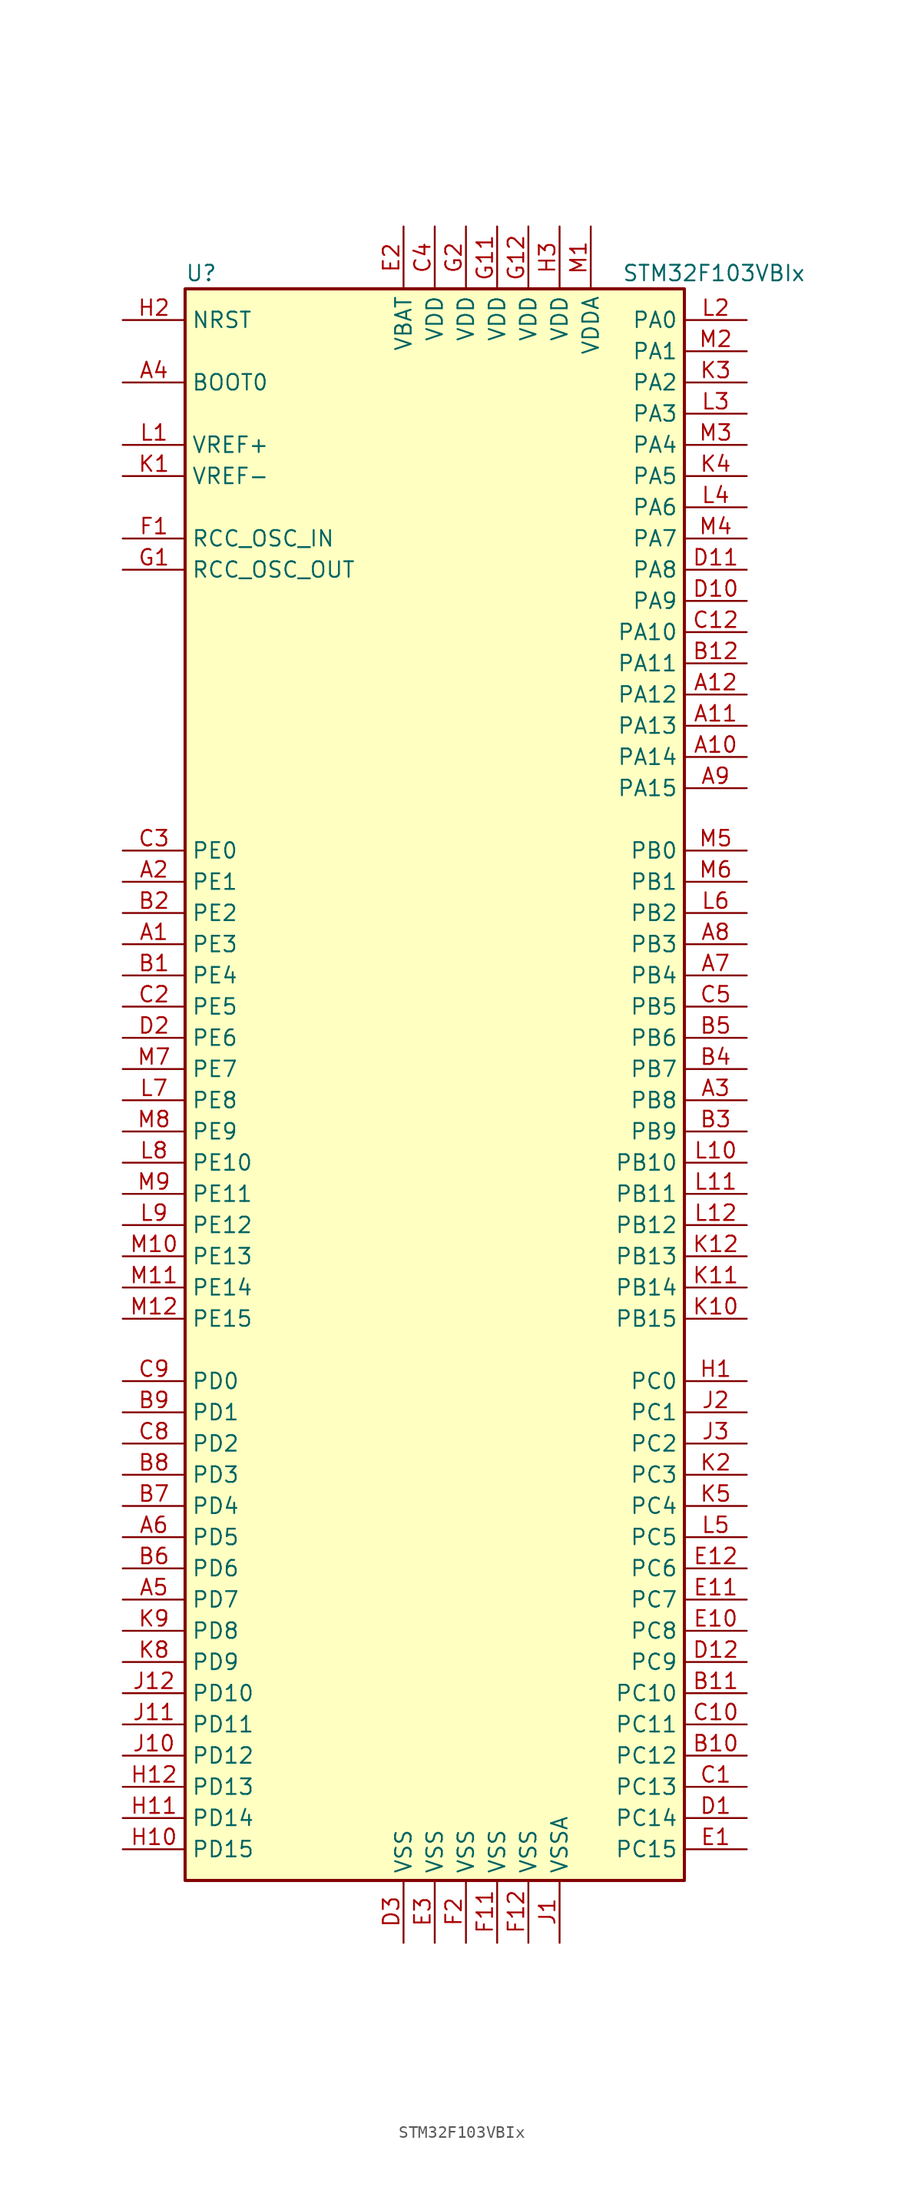
<source format=kicad_sym>
(kicad_symbol_lib
  (version 20201005)
  (generator kicad_symbol_editor)
  (symbol "MCU_ST_STM32F1:STM32F103VBIx"
    (property "Reference" "U"
      (at -20.32 64.77 0)
      (effects (font (size 1.27 1.27)) (justify left)))
    (property "Value" "STM32F103VBIx"
      (at 15.24 64.77 0)
      (effects (font (size 1.27 1.27)) (justify left)))
    (symbol "STM32F103VBIx_0_1"
      (rectangle (start -20.32 -66.04) (end 20.32 63.5) (stroke (width 0.254)) (fill (type background))))
    (symbol "STM32F103VBIx_1_1"
      (pin input line (at -25.4 55.88 0) (length 5.08) (name "BOOT0" (effects (font (size 1.27 1.27)))) (number "A4" (effects (font (size 1.27 1.27)))))
      (pin no_connect line (at -20.32 -63.5 0) (length 5.08) hide (name "NC" (effects (font (size 1.27 1.27)))) (number "C11" (effects (font (size 1.27 1.27)))))
      (pin input line (at -25.4 60.96 0) (length 5.08) (name "NRST" (effects (font (size 1.27 1.27)))) (number "H2" (effects (font (size 1.27 1.27)))))
      (pin bidirectional line (at 25.4 60.96 180) (length 5.08) (name "PA0" (effects (font (size 1.27 1.27)))) (number "L2" (effects (font (size 1.27 1.27)))))
      (pin bidirectional line (at 25.4 58.42 180) (length 5.08) (name "PA1" (effects (font (size 1.27 1.27)))) (number "M2" (effects (font (size 1.27 1.27)))))
      (pin bidirectional line (at 25.4 35.56 180) (length 5.08) (name "PA10" (effects (font (size 1.27 1.27)))) (number "C12" (effects (font (size 1.27 1.27)))))
      (pin bidirectional line (at 25.4 33.02 180) (length 5.08) (name "PA11" (effects (font (size 1.27 1.27)))) (number "B12" (effects (font (size 1.27 1.27)))))
      (pin bidirectional line (at 25.4 30.48 180) (length 5.08) (name "PA12" (effects (font (size 1.27 1.27)))) (number "A12" (effects (font (size 1.27 1.27)))))
      (pin bidirectional line (at 25.4 27.94 180) (length 5.08) (name "PA13" (effects (font (size 1.27 1.27)))) (number "A11" (effects (font (size 1.27 1.27)))))
      (pin bidirectional line (at 25.4 25.4 180) (length 5.08) (name "PA14" (effects (font (size 1.27 1.27)))) (number "A10" (effects (font (size 1.27 1.27)))))
      (pin bidirectional line (at 25.4 22.86 180) (length 5.08) (name "PA15" (effects (font (size 1.27 1.27)))) (number "A9" (effects (font (size 1.27 1.27)))))
      (pin bidirectional line (at 25.4 55.88 180) (length 5.08) (name "PA2" (effects (font (size 1.27 1.27)))) (number "K3" (effects (font (size 1.27 1.27)))))
      (pin bidirectional line (at 25.4 53.34 180) (length 5.08) (name "PA3" (effects (font (size 1.27 1.27)))) (number "L3" (effects (font (size 1.27 1.27)))))
      (pin bidirectional line (at 25.4 50.8 180) (length 5.08) (name "PA4" (effects (font (size 1.27 1.27)))) (number "M3" (effects (font (size 1.27 1.27)))))
      (pin bidirectional line (at 25.4 48.26 180) (length 5.08) (name "PA5" (effects (font (size 1.27 1.27)))) (number "K4" (effects (font (size 1.27 1.27)))))
      (pin bidirectional line (at 25.4 45.72 180) (length 5.08) (name "PA6" (effects (font (size 1.27 1.27)))) (number "L4" (effects (font (size 1.27 1.27)))))
      (pin bidirectional line (at 25.4 43.18 180) (length 5.08) (name "PA7" (effects (font (size 1.27 1.27)))) (number "M4" (effects (font (size 1.27 1.27)))))
      (pin bidirectional line (at 25.4 40.64 180) (length 5.08) (name "PA8" (effects (font (size 1.27 1.27)))) (number "D11" (effects (font (size 1.27 1.27)))))
      (pin bidirectional line (at 25.4 38.1 180) (length 5.08) (name "PA9" (effects (font (size 1.27 1.27)))) (number "D10" (effects (font (size 1.27 1.27)))))
      (pin bidirectional line (at 25.4 17.78 180) (length 5.08) (name "PB0" (effects (font (size 1.27 1.27)))) (number "M5" (effects (font (size 1.27 1.27)))))
      (pin bidirectional line (at 25.4 15.24 180) (length 5.08) (name "PB1" (effects (font (size 1.27 1.27)))) (number "M6" (effects (font (size 1.27 1.27)))))
      (pin bidirectional line (at 25.4 -7.62 180) (length 5.08) (name "PB10" (effects (font (size 1.27 1.27)))) (number "L10" (effects (font (size 1.27 1.27)))))
      (pin bidirectional line (at 25.4 -10.16 180) (length 5.08) (name "PB11" (effects (font (size 1.27 1.27)))) (number "L11" (effects (font (size 1.27 1.27)))))
      (pin bidirectional line (at 25.4 -12.7 180) (length 5.08) (name "PB12" (effects (font (size 1.27 1.27)))) (number "L12" (effects (font (size 1.27 1.27)))))
      (pin bidirectional line (at 25.4 -15.24 180) (length 5.08) (name "PB13" (effects (font (size 1.27 1.27)))) (number "K12" (effects (font (size 1.27 1.27)))))
      (pin bidirectional line (at 25.4 -17.78 180) (length 5.08) (name "PB14" (effects (font (size 1.27 1.27)))) (number "K11" (effects (font (size 1.27 1.27)))))
      (pin bidirectional line (at 25.4 -20.32 180) (length 5.08) (name "PB15" (effects (font (size 1.27 1.27)))) (number "K10" (effects (font (size 1.27 1.27)))))
      (pin bidirectional line (at 25.4 12.7 180) (length 5.08) (name "PB2" (effects (font (size 1.27 1.27)))) (number "L6" (effects (font (size 1.27 1.27)))))
      (pin bidirectional line (at 25.4 10.16 180) (length 5.08) (name "PB3" (effects (font (size 1.27 1.27)))) (number "A8" (effects (font (size 1.27 1.27)))))
      (pin bidirectional line (at 25.4 7.62 180) (length 5.08) (name "PB4" (effects (font (size 1.27 1.27)))) (number "A7" (effects (font (size 1.27 1.27)))))
      (pin bidirectional line (at 25.4 5.08 180) (length 5.08) (name "PB5" (effects (font (size 1.27 1.27)))) (number "C5" (effects (font (size 1.27 1.27)))))
      (pin bidirectional line (at 25.4 2.54 180) (length 5.08) (name "PB6" (effects (font (size 1.27 1.27)))) (number "B5" (effects (font (size 1.27 1.27)))))
      (pin bidirectional line (at 25.4 0 180) (length 5.08) (name "PB7" (effects (font (size 1.27 1.27)))) (number "B4" (effects (font (size 1.27 1.27)))))
      (pin bidirectional line (at 25.4 -2.54 180) (length 5.08) (name "PB8" (effects (font (size 1.27 1.27)))) (number "A3" (effects (font (size 1.27 1.27)))))
      (pin bidirectional line (at 25.4 -5.08 180) (length 5.08) (name "PB9" (effects (font (size 1.27 1.27)))) (number "B3" (effects (font (size 1.27 1.27)))))
      (pin bidirectional line (at 25.4 -25.4 180) (length 5.08) (name "PC0" (effects (font (size 1.27 1.27)))) (number "H1" (effects (font (size 1.27 1.27)))))
      (pin bidirectional line (at 25.4 -27.94 180) (length 5.08) (name "PC1" (effects (font (size 1.27 1.27)))) (number "J2" (effects (font (size 1.27 1.27)))))
      (pin bidirectional line (at 25.4 -50.8 180) (length 5.08) (name "PC10" (effects (font (size 1.27 1.27)))) (number "B11" (effects (font (size 1.27 1.27)))))
      (pin bidirectional line (at 25.4 -53.34 180) (length 5.08) (name "PC11" (effects (font (size 1.27 1.27)))) (number "C10" (effects (font (size 1.27 1.27)))))
      (pin bidirectional line (at 25.4 -55.88 180) (length 5.08) (name "PC12" (effects (font (size 1.27 1.27)))) (number "B10" (effects (font (size 1.27 1.27)))))
      (pin bidirectional line (at 25.4 -58.42 180) (length 5.08) (name "PC13" (effects (font (size 1.27 1.27)))) (number "C1" (effects (font (size 1.27 1.27)))))
      (pin bidirectional line (at 25.4 -60.96 180) (length 5.08) (name "PC14" (effects (font (size 1.27 1.27)))) (number "D1" (effects (font (size 1.27 1.27)))))
      (pin bidirectional line (at 25.4 -63.5 180) (length 5.08) (name "PC15" (effects (font (size 1.27 1.27)))) (number "E1" (effects (font (size 1.27 1.27)))))
      (pin bidirectional line (at 25.4 -30.48 180) (length 5.08) (name "PC2" (effects (font (size 1.27 1.27)))) (number "J3" (effects (font (size 1.27 1.27)))))
      (pin bidirectional line (at 25.4 -33.02 180) (length 5.08) (name "PC3" (effects (font (size 1.27 1.27)))) (number "K2" (effects (font (size 1.27 1.27)))))
      (pin bidirectional line (at 25.4 -35.56 180) (length 5.08) (name "PC4" (effects (font (size 1.27 1.27)))) (number "K5" (effects (font (size 1.27 1.27)))))
      (pin bidirectional line (at 25.4 -38.1 180) (length 5.08) (name "PC5" (effects (font (size 1.27 1.27)))) (number "L5" (effects (font (size 1.27 1.27)))))
      (pin bidirectional line (at 25.4 -40.64 180) (length 5.08) (name "PC6" (effects (font (size 1.27 1.27)))) (number "E12" (effects (font (size 1.27 1.27)))))
      (pin bidirectional line (at 25.4 -43.18 180) (length 5.08) (name "PC7" (effects (font (size 1.27 1.27)))) (number "E11" (effects (font (size 1.27 1.27)))))
      (pin bidirectional line (at 25.4 -45.72 180) (length 5.08) (name "PC8" (effects (font (size 1.27 1.27)))) (number "E10" (effects (font (size 1.27 1.27)))))
      (pin bidirectional line (at 25.4 -48.26 180) (length 5.08) (name "PC9" (effects (font (size 1.27 1.27)))) (number "D12" (effects (font (size 1.27 1.27)))))
      (pin bidirectional line (at -25.4 -25.4 0) (length 5.08) (name "PD0" (effects (font (size 1.27 1.27)))) (number "C9" (effects (font (size 1.27 1.27)))))
      (pin bidirectional line (at -25.4 -27.94 0) (length 5.08) (name "PD1" (effects (font (size 1.27 1.27)))) (number "B9" (effects (font (size 1.27 1.27)))))
      (pin bidirectional line (at -25.4 -50.8 0) (length 5.08) (name "PD10" (effects (font (size 1.27 1.27)))) (number "J12" (effects (font (size 1.27 1.27)))))
      (pin bidirectional line (at -25.4 -53.34 0) (length 5.08) (name "PD11" (effects (font (size 1.27 1.27)))) (number "J11" (effects (font (size 1.27 1.27)))))
      (pin bidirectional line (at -25.4 -55.88 0) (length 5.08) (name "PD12" (effects (font (size 1.27 1.27)))) (number "J10" (effects (font (size 1.27 1.27)))))
      (pin bidirectional line (at -25.4 -58.42 0) (length 5.08) (name "PD13" (effects (font (size 1.27 1.27)))) (number "H12" (effects (font (size 1.27 1.27)))))
      (pin bidirectional line (at -25.4 -60.96 0) (length 5.08) (name "PD14" (effects (font (size 1.27 1.27)))) (number "H11" (effects (font (size 1.27 1.27)))))
      (pin bidirectional line (at -25.4 -63.5 0) (length 5.08) (name "PD15" (effects (font (size 1.27 1.27)))) (number "H10" (effects (font (size 1.27 1.27)))))
      (pin bidirectional line (at -25.4 -30.48 0) (length 5.08) (name "PD2" (effects (font (size 1.27 1.27)))) (number "C8" (effects (font (size 1.27 1.27)))))
      (pin bidirectional line (at -25.4 -33.02 0) (length 5.08) (name "PD3" (effects (font (size 1.27 1.27)))) (number "B8" (effects (font (size 1.27 1.27)))))
      (pin bidirectional line (at -25.4 -35.56 0) (length 5.08) (name "PD4" (effects (font (size 1.27 1.27)))) (number "B7" (effects (font (size 1.27 1.27)))))
      (pin bidirectional line (at -25.4 -38.1 0) (length 5.08) (name "PD5" (effects (font (size 1.27 1.27)))) (number "A6" (effects (font (size 1.27 1.27)))))
      (pin bidirectional line (at -25.4 -40.64 0) (length 5.08) (name "PD6" (effects (font (size 1.27 1.27)))) (number "B6" (effects (font (size 1.27 1.27)))))
      (pin bidirectional line (at -25.4 -43.18 0) (length 5.08) (name "PD7" (effects (font (size 1.27 1.27)))) (number "A5" (effects (font (size 1.27 1.27)))))
      (pin bidirectional line (at -25.4 -45.72 0) (length 5.08) (name "PD8" (effects (font (size 1.27 1.27)))) (number "K9" (effects (font (size 1.27 1.27)))))
      (pin bidirectional line (at -25.4 -48.26 0) (length 5.08) (name "PD9" (effects (font (size 1.27 1.27)))) (number "K8" (effects (font (size 1.27 1.27)))))
      (pin bidirectional line (at -25.4 17.78 0) (length 5.08) (name "PE0" (effects (font (size 1.27 1.27)))) (number "C3" (effects (font (size 1.27 1.27)))))
      (pin bidirectional line (at -25.4 15.24 0) (length 5.08) (name "PE1" (effects (font (size 1.27 1.27)))) (number "A2" (effects (font (size 1.27 1.27)))))
      (pin bidirectional line (at -25.4 -7.62 0) (length 5.08) (name "PE10" (effects (font (size 1.27 1.27)))) (number "L8" (effects (font (size 1.27 1.27)))))
      (pin bidirectional line (at -25.4 -10.16 0) (length 5.08) (name "PE11" (effects (font (size 1.27 1.27)))) (number "M9" (effects (font (size 1.27 1.27)))))
      (pin bidirectional line (at -25.4 -12.7 0) (length 5.08) (name "PE12" (effects (font (size 1.27 1.27)))) (number "L9" (effects (font (size 1.27 1.27)))))
      (pin bidirectional line (at -25.4 -15.24 0) (length 5.08) (name "PE13" (effects (font (size 1.27 1.27)))) (number "M10" (effects (font (size 1.27 1.27)))))
      (pin bidirectional line (at -25.4 -17.78 0) (length 5.08) (name "PE14" (effects (font (size 1.27 1.27)))) (number "M11" (effects (font (size 1.27 1.27)))))
      (pin bidirectional line (at -25.4 -20.32 0) (length 5.08) (name "PE15" (effects (font (size 1.27 1.27)))) (number "M12" (effects (font (size 1.27 1.27)))))
      (pin bidirectional line (at -25.4 12.7 0) (length 5.08) (name "PE2" (effects (font (size 1.27 1.27)))) (number "B2" (effects (font (size 1.27 1.27)))))
      (pin bidirectional line (at -25.4 10.16 0) (length 5.08) (name "PE3" (effects (font (size 1.27 1.27)))) (number "A1" (effects (font (size 1.27 1.27)))))
      (pin bidirectional line (at -25.4 7.62 0) (length 5.08) (name "PE4" (effects (font (size 1.27 1.27)))) (number "B1" (effects (font (size 1.27 1.27)))))
      (pin bidirectional line (at -25.4 5.08 0) (length 5.08) (name "PE5" (effects (font (size 1.27 1.27)))) (number "C2" (effects (font (size 1.27 1.27)))))
      (pin bidirectional line (at -25.4 2.54 0) (length 5.08) (name "PE6" (effects (font (size 1.27 1.27)))) (number "D2" (effects (font (size 1.27 1.27)))))
      (pin bidirectional line (at -25.4 0 0) (length 5.08) (name "PE7" (effects (font (size 1.27 1.27)))) (number "M7" (effects (font (size 1.27 1.27)))))
      (pin bidirectional line (at -25.4 -2.54 0) (length 5.08) (name "PE8" (effects (font (size 1.27 1.27)))) (number "L7" (effects (font (size 1.27 1.27)))))
      (pin bidirectional line (at -25.4 -5.08 0) (length 5.08) (name "PE9" (effects (font (size 1.27 1.27)))) (number "M8" (effects (font (size 1.27 1.27)))))
      (pin input line (at -25.4 43.18 0) (length 5.08) (name "RCC_OSC_IN" (effects (font (size 1.27 1.27)))) (number "F1" (effects (font (size 1.27 1.27)))))
      (pin input line (at -25.4 40.64 0) (length 5.08) (name "RCC_OSC_OUT" (effects (font (size 1.27 1.27)))) (number "G1" (effects (font (size 1.27 1.27)))))
      (pin power_in line (at -2.54 68.58 270) (length 5.08) (name "VBAT" (effects (font (size 1.27 1.27)))) (number "E2" (effects (font (size 1.27 1.27)))))
      (pin power_in line (at 0 68.58 270) (length 5.08) (name "VDD" (effects (font (size 1.27 1.27)))) (number "C4" (effects (font (size 1.27 1.27)))))
      (pin power_in line (at 5.08 68.58 270) (length 5.08) (name "VDD" (effects (font (size 1.27 1.27)))) (number "G11" (effects (font (size 1.27 1.27)))))
      (pin power_in line (at 7.62 68.58 270) (length 5.08) (name "VDD" (effects (font (size 1.27 1.27)))) (number "G12" (effects (font (size 1.27 1.27)))))
      (pin power_in line (at 2.54 68.58 270) (length 5.08) (name "VDD" (effects (font (size 1.27 1.27)))) (number "G2" (effects (font (size 1.27 1.27)))))
      (pin power_in line (at 10.16 68.58 270) (length 5.08) (name "VDD" (effects (font (size 1.27 1.27)))) (number "H3" (effects (font (size 1.27 1.27)))))
      (pin power_in line (at 12.7 68.58 270) (length 5.08) (name "VDDA" (effects (font (size 1.27 1.27)))) (number "M1" (effects (font (size 1.27 1.27)))))
      (pin power_in line (at -25.4 50.8 0) (length 5.08) (name "VREF+" (effects (font (size 1.27 1.27)))) (number "L1" (effects (font (size 1.27 1.27)))))
      (pin power_in line (at -25.4 48.26 0) (length 5.08) (name "VREF-" (effects (font (size 1.27 1.27)))) (number "K1" (effects (font (size 1.27 1.27)))))
      (pin power_in line (at -2.54 -71.12 90) (length 5.08) (name "VSS" (effects (font (size 1.27 1.27)))) (number "D3" (effects (font (size 1.27 1.27)))))
      (pin power_in line (at 0 -71.12 90) (length 5.08) (name "VSS" (effects (font (size 1.27 1.27)))) (number "E3" (effects (font (size 1.27 1.27)))))
      (pin power_in line (at 5.08 -71.12 90) (length 5.08) (name "VSS" (effects (font (size 1.27 1.27)))) (number "F11" (effects (font (size 1.27 1.27)))))
      (pin power_in line (at 7.62 -71.12 90) (length 5.08) (name "VSS" (effects (font (size 1.27 1.27)))) (number "F12" (effects (font (size 1.27 1.27)))))
      (pin power_in line (at 2.54 -71.12 90) (length 5.08) (name "VSS" (effects (font (size 1.27 1.27)))) (number "F2" (effects (font (size 1.27 1.27)))))
      (pin power_in line (at 10.16 -71.12 90) (length 5.08) (name "VSSA" (effects (font (size 1.27 1.27)))) (number "J1" (effects (font (size 1.27 1.27))))))))
</source>
